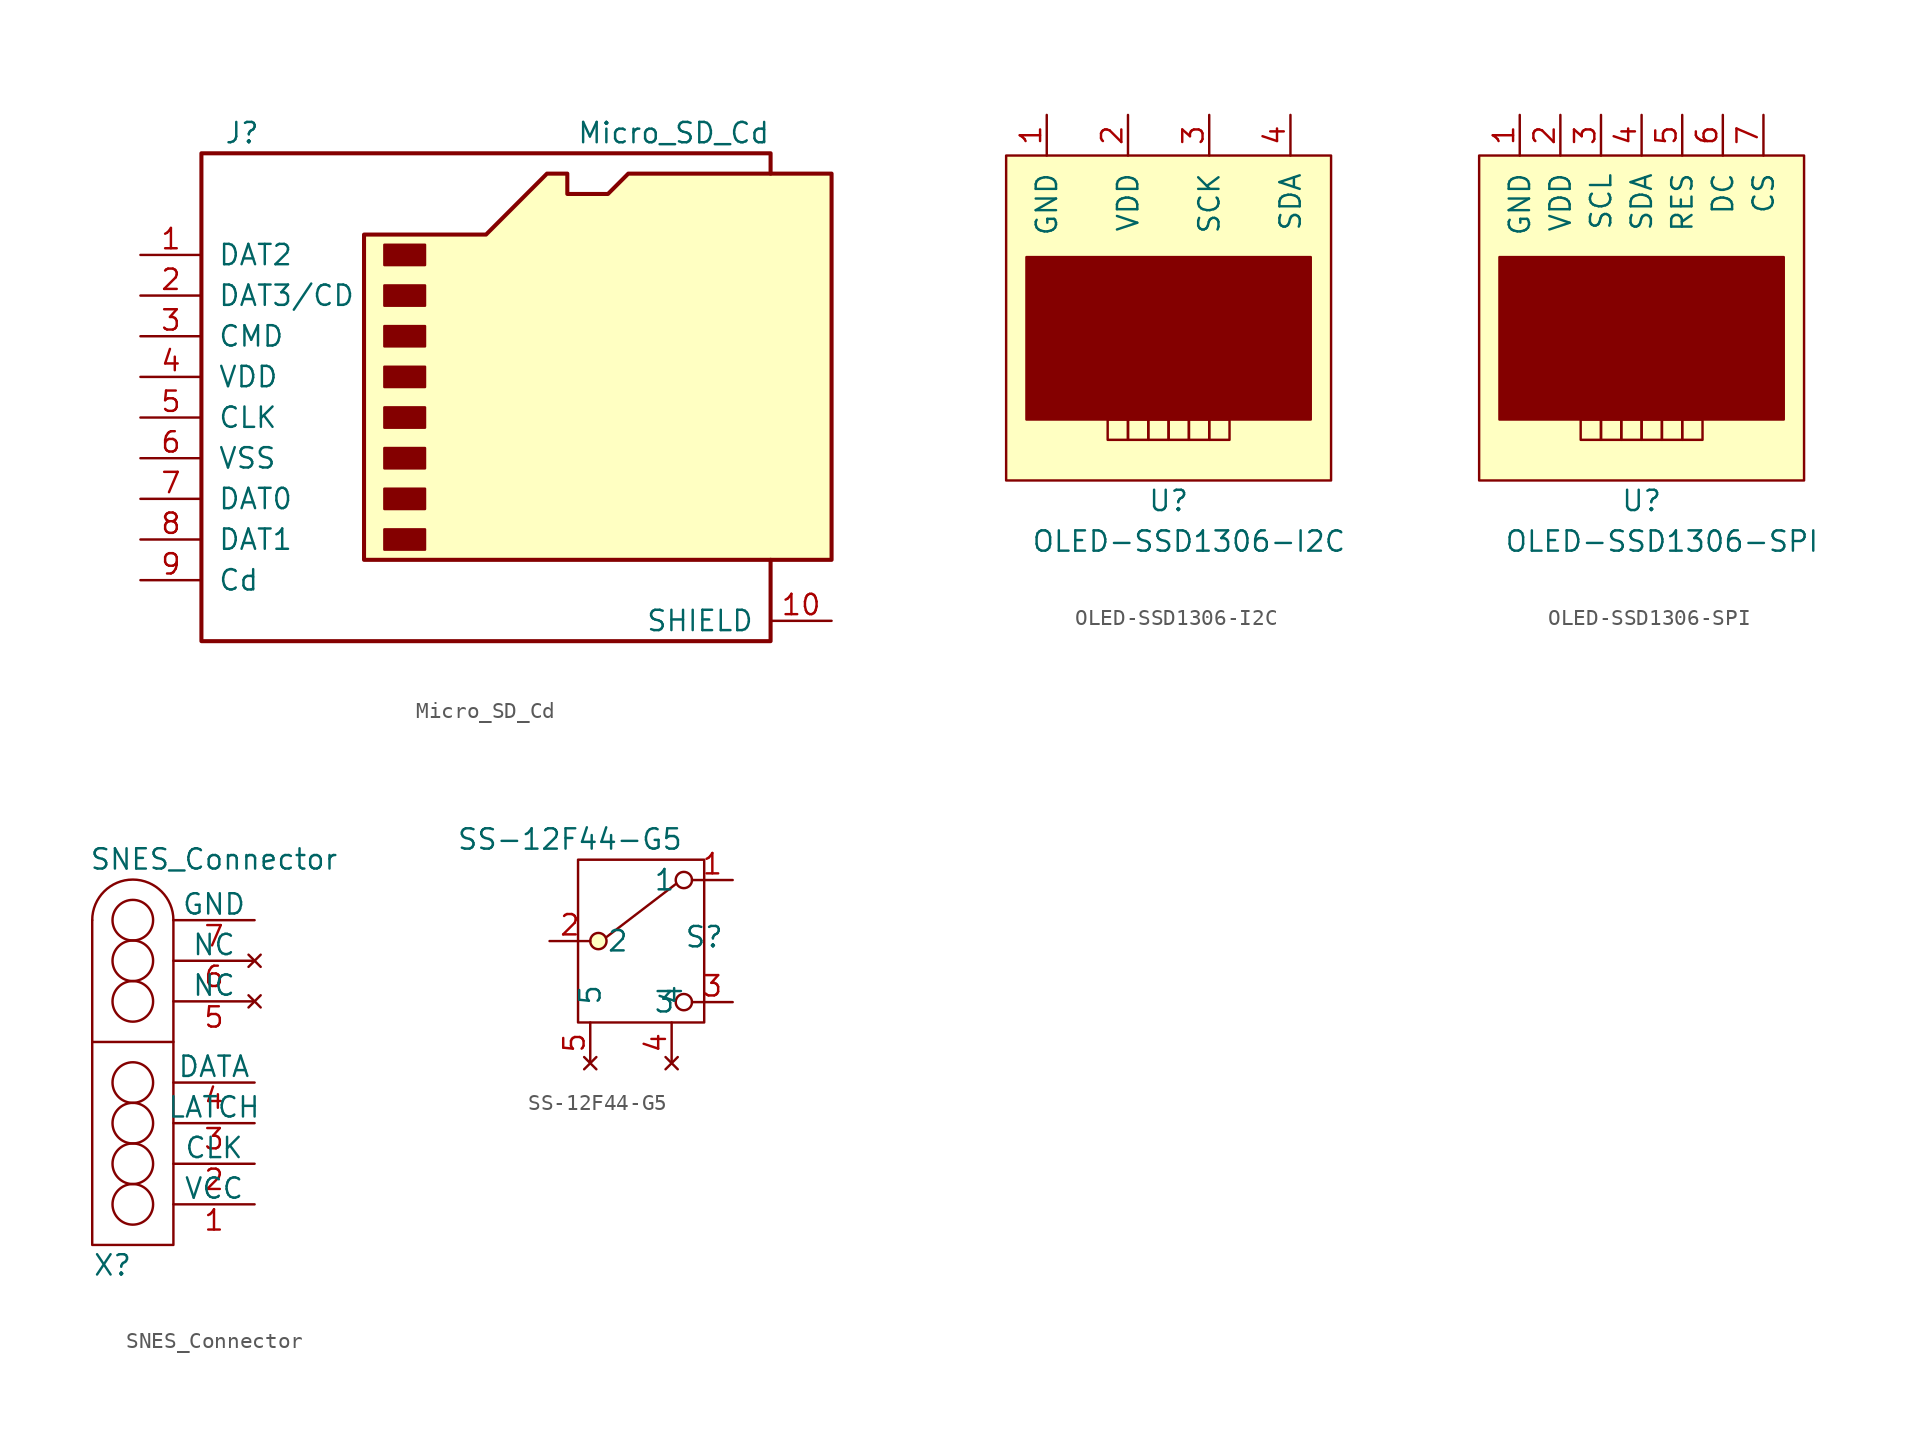
<source format=kicad_sym>
(kicad_symbol_lib
  (version 20211014)
  (generator kicad_symbol_editor)
  (symbol "Micro_SD_Cd"
    (pin_names
      (offset 1.016))
    (property "Reference" "J"
      (at -16.51 17.78 0)
      (effects (font (size 1.27 1.27))))
    (property "Value" "Micro_SD_Cd"
      (at 16.51 17.78 0)
      (effects (font (size 1.27 1.27)) (justify right)))
    (symbol "Micro_SD_Cd_0_1"
      (rectangle (start -7.62 -6.985) (end -5.08 -8.255) (stroke (width 0) (type default) (color 0 0 0 0)) (fill (type outline)))
      (rectangle (start -7.62 -4.445) (end -5.08 -5.715) (stroke (width 0) (type default) (color 0 0 0 0)) (fill (type outline)))
      (rectangle (start -7.62 -1.905) (end -5.08 -3.175) (stroke (width 0) (type default) (color 0 0 0 0)) (fill (type outline)))
      (rectangle (start -7.62 0.635) (end -5.08 -0.635) (stroke (width 0) (type default) (color 0 0 0 0)) (fill (type outline)))
      (rectangle (start -7.62 3.175) (end -5.08 1.905) (stroke (width 0) (type default) (color 0 0 0 0)) (fill (type outline)))
      (rectangle (start -7.62 5.715) (end -5.08 4.445) (stroke (width 0) (type default) (color 0 0 0 0)) (fill (type outline)))
      (rectangle (start -7.62 8.255) (end -5.08 6.985) (stroke (width 0) (type default) (color 0 0 0 0)) (fill (type outline)))
      (rectangle (start -7.62 10.795) (end -5.08 9.525) (stroke (width 0) (type default) (color 0 0 0 0)) (fill (type outline)))
      (polyline (pts (xy 16.51 15.24) (xy 16.51 16.51) (xy -19.05 16.51) (xy -19.05 -13.97) (xy 16.51 -13.97) (xy 16.51 -8.89)) (stroke (width 0.254) (type default) (color 0 0 0 0)) (fill (type none)))
      (polyline (pts (xy -8.89 -8.89) (xy -8.89 11.43) (xy -1.27 11.43) (xy 2.54 15.24) (xy 3.81 15.24) (xy 3.81 13.97) (xy 6.35 13.97) (xy 7.62 15.24) (xy 20.32 15.24) (xy 20.32 -8.89) (xy -8.89 -8.89)) (stroke (width 0.254) (type default) (color 0 0 0 0)) (fill (type background))))
    (symbol "Micro_SD_Cd_1_1"
      (pin bidirectional line (at -22.86 10.16 0) (length 3.81) (name "DAT2" (effects (font (size 1.27 1.27)))) (number "1" (effects (font (size 1.27 1.27)))))
      (pin passive line (at 20.32 -12.7 180) (length 3.81) (name "SHIELD" (effects (font (size 1.27 1.27)))) (number "10" (effects (font (size 1.27 1.27)))))
      (pin bidirectional line (at -22.86 7.62 0) (length 3.81) (name "DAT3/CD" (effects (font (size 1.27 1.27)))) (number "2" (effects (font (size 1.27 1.27)))))
      (pin input line (at -22.86 5.08 0) (length 3.81) (name "CMD" (effects (font (size 1.27 1.27)))) (number "3" (effects (font (size 1.27 1.27)))))
      (pin power_in line (at -22.86 2.54 0) (length 3.81) (name "VDD" (effects (font (size 1.27 1.27)))) (number "4" (effects (font (size 1.27 1.27)))))
      (pin input line (at -22.86 0 0) (length 3.81) (name "CLK" (effects (font (size 1.27 1.27)))) (number "5" (effects (font (size 1.27 1.27)))))
      (pin power_in line (at -22.86 -2.54 0) (length 3.81) (name "VSS" (effects (font (size 1.27 1.27)))) (number "6" (effects (font (size 1.27 1.27)))))
      (pin bidirectional line (at -22.86 -5.08 0) (length 3.81) (name "DAT0" (effects (font (size 1.27 1.27)))) (number "7" (effects (font (size 1.27 1.27)))))
      (pin bidirectional line (at -22.86 -7.62 0) (length 3.81) (name "DAT1" (effects (font (size 1.27 1.27)))) (number "8" (effects (font (size 1.27 1.27)))))
      (pin passive line (at -22.86 -10.16 0) (length 3.81) (name "Cd" (effects (font (size 1.27 1.27)))) (number "9" (effects (font (size 1.27 1.27)))))))
  (symbol "OLED-SSD1306-I2C"
    (pin_names
      (offset 1.016))
    (property "Reference" "U"
      (at 0 -13.97 0)
      (effects (font (size 1.27 1.27))))
    (property "Value" "OLED-SSD1306-I2C"
      (at 1.27 -16.51 0)
      (effects (font (size 1.27 1.27))))
    (symbol "OLED-SSD1306-I2C_0_1"
      (rectangle (start -10.16 7.62) (end 10.16 -12.7) (stroke (width 0) (type default) (color 0 0 0 0)) (fill (type background)))
      (rectangle (start -8.89 1.27) (end 8.89 -8.89) (stroke (width 0) (type default) (color 0 0 0 0)) (fill (type outline)))
      (rectangle (start -3.81 -8.89) (end -2.54 -10.16) (stroke (width 0) (type default) (color 0 0 0 0)) (fill (type none)))
      (rectangle (start -2.54 -8.89) (end -1.27 -10.16) (stroke (width 0) (type default) (color 0 0 0 0)) (fill (type none)))
      (rectangle (start -1.27 -8.89) (end 0 -10.16) (stroke (width 0) (type default) (color 0 0 0 0)) (fill (type none)))
      (rectangle (start 0 -8.89) (end 1.27 -10.16) (stroke (width 0) (type default) (color 0 0 0 0)) (fill (type none)))
      (rectangle (start 1.27 -8.89) (end 2.54 -10.16) (stroke (width 0) (type default) (color 0 0 0 0)) (fill (type none)))
      (rectangle (start 2.54 -8.89) (end 3.81 -10.16) (stroke (width 0) (type default) (color 0 0 0 0)) (fill (type none))))
    (symbol "OLED-SSD1306-I2C_1_1"
      (pin power_in line (at -7.62 10.16 270) (length 2.54) (name "GND" (effects (font (size 1.27 1.27)))) (number "1" (effects (font (size 1.27 1.27)))))
      (pin power_in line (at -2.54 10.16 270) (length 2.54) (name "VDD" (effects (font (size 1.27 1.27)))) (number "2" (effects (font (size 1.27 1.27)))))
      (pin passive line (at 2.54 10.16 270) (length 2.54) (name "SCK" (effects (font (size 1.27 1.27)))) (number "3" (effects (font (size 1.27 1.27)))))
      (pin passive line (at 7.62 10.16 270) (length 2.54) (name "SDA" (effects (font (size 1.27 1.27)))) (number "4" (effects (font (size 1.27 1.27)))))))
  (symbol "OLED-SSD1306-SPI"
    (pin_names
      (offset 1.016))
    (property "Reference" "U"
      (at 0 -13.97 0)
      (effects (font (size 1.27 1.27))))
    (property "Value" "OLED-SSD1306-SPI"
      (at 1.27 -16.51 0)
      (effects (font (size 1.27 1.27))))
    (symbol "OLED-SSD1306-SPI_0_1"
      (rectangle (start -10.16 7.62) (end 10.16 -12.7) (stroke (width 0) (type default) (color 0 0 0 0)) (fill (type background)))
      (rectangle (start -8.89 1.27) (end 8.89 -8.89) (stroke (width 0) (type default) (color 0 0 0 0)) (fill (type outline)))
      (rectangle (start -3.81 -8.89) (end -2.54 -10.16) (stroke (width 0) (type default) (color 0 0 0 0)) (fill (type none)))
      (rectangle (start -2.54 -8.89) (end -1.27 -10.16) (stroke (width 0) (type default) (color 0 0 0 0)) (fill (type none)))
      (rectangle (start -1.27 -8.89) (end 0 -10.16) (stroke (width 0) (type default) (color 0 0 0 0)) (fill (type none)))
      (rectangle (start 0 -8.89) (end 1.27 -10.16) (stroke (width 0) (type default) (color 0 0 0 0)) (fill (type none)))
      (rectangle (start 1.27 -8.89) (end 2.54 -10.16) (stroke (width 0) (type default) (color 0 0 0 0)) (fill (type none)))
      (rectangle (start 2.54 -8.89) (end 3.81 -10.16) (stroke (width 0) (type default) (color 0 0 0 0)) (fill (type none))))
    (symbol "OLED-SSD1306-SPI_1_1"
      (pin power_in line (at -7.62 10.16 270) (length 2.54) (name "GND" (effects (font (size 1.27 1.27)))) (number "1" (effects (font (size 1.27 1.27)))))
      (pin power_in line (at -5.08 10.16 270) (length 2.54) (name "VDD" (effects (font (size 1.27 1.27)))) (number "2" (effects (font (size 1.27 1.27)))))
      (pin passive line (at -2.54 10.16 270) (length 2.54) (name "SCL" (effects (font (size 1.27 1.27)))) (number "3" (effects (font (size 1.27 1.27)))))
      (pin passive line (at 0 10.16 270) (length 2.54) (name "SDA" (effects (font (size 1.27 1.27)))) (number "4" (effects (font (size 1.27 1.27)))))
      (pin passive line (at 2.54 10.16 270) (length 2.54) (name "RES" (effects (font (size 1.27 1.27)))) (number "5" (effects (font (size 1.27 1.27)))))
      (pin passive line (at 5.08 10.16 270) (length 2.54) (name "DC" (effects (font (size 1.27 1.27)))) (number "6" (effects (font (size 1.27 1.27)))))
      (pin passive line (at 7.62 10.16 270) (length 2.54) (name "CS" (effects (font (size 1.27 1.27)))) (number "7" (effects (font (size 1.27 1.27)))))))
  (symbol "SNES_Connector"
    (pin_names
      (offset 0))
    (property "Reference" "X"
      (at -8.89 -13.97 0)
      (effects (font (size 1.27 1.27))))
    (property "Value" "SNES_Connector"
      (at -2.54 11.43 0)
      (effects (font (size 1.27 1.27))))
    (symbol "SNES_Connector_0_1"
      (circle (center -7.62 -10.16) (radius 1.27) (stroke (width 0) (type default) (color 0 0 0 0)) (fill (type none)))
      (circle (center -7.62 -7.62) (radius 1.27) (stroke (width 0) (type default) (color 0 0 0 0)) (fill (type none)))
      (circle (center -7.62 -5.08) (radius 1.27) (stroke (width 0) (type default) (color 0 0 0 0)) (fill (type none)))
      (circle (center -7.62 -2.54) (radius 1.27) (stroke (width 0) (type default) (color 0 0 0 0)) (fill (type none)))
      (circle (center -7.62 2.54) (radius 1.27) (stroke (width 0) (type default) (color 0 0 0 0)) (fill (type none)))
      (circle (center -7.62 5.08) (radius 1.27) (stroke (width 0) (type default) (color 0 0 0 0)) (fill (type none)))
      (circle (center -7.62 7.62) (radius 1.27) (stroke (width 0) (type default) (color 0 0 0 0)) (fill (type none)))
      (arc (start -5.08 7.62) (mid -7.62 10.16) (end -10.16 7.62) (stroke (width 0) (type default) (color 0 0 0 0)) (fill (type none)))
      (polyline (pts (xy -10.16 0) (xy -5.08 0)) (stroke (width 0) (type default) (color 0 0 0 0)) (fill (type none)))
      (polyline (pts (xy -10.16 7.62) (xy -10.16 -12.7) (xy -5.08 -12.7) (xy -5.08 7.62)) (stroke (width 0) (type default) (color 0 0 0 0)) (fill (type none))))
    (symbol "SNES_Connector_1_1"
      (pin power_in line (at 0 -10.16 180) (length 5.08) (name "VCC" (effects (font (size 1.27 1.27)))) (number "1" (effects (font (size 1.27 1.27)))))
      (pin input line (at 0 -7.62 180) (length 5.08) (name "CLK" (effects (font (size 1.27 1.27)))) (number "2" (effects (font (size 1.27 1.27)))))
      (pin input line (at 0 -5.08 180) (length 5.08) (name "LATCH" (effects (font (size 1.27 1.27)))) (number "3" (effects (font (size 1.27 1.27)))))
      (pin output line (at 0 -2.54 180) (length 5.08) (name "DATA" (effects (font (size 1.27 1.27)))) (number "4" (effects (font (size 1.27 1.27)))))
      (pin no_connect line (at 0 2.54 180) (length 5.08) (name "NC" (effects (font (size 1.27 1.27)))) (number "5" (effects (font (size 1.27 1.27)))))
      (pin no_connect line (at 0 5.08 180) (length 5.08) (name "NC" (effects (font (size 1.27 1.27)))) (number "6" (effects (font (size 1.27 1.27)))))
      (pin power_in line (at 0 7.62 180) (length 5.08) (name "GND" (effects (font (size 1.27 1.27)))) (number "7" (effects (font (size 1.27 1.27)))))))
  (symbol "SS-12F44-G5"
    (pin_names
      (offset 1.016))
    (property "Reference" "S"
      (at 2.032 0.254 0)
      (effects (font (size 1.27 1.27))))
    (property "Value" "SS-12F44-G5"
      (at -6.35 6.35 0)
      (effects (font (size 1.27 1.27))))
    (symbol "SS-12F44-G5_0_1"
      (rectangle (start -5.842 -5.08) (end 2.032 5.08) (stroke (width 0) (type default) (color 0 0 0 0)) (fill (type none)))
      (circle (center -4.572 0) (radius 0.508) (stroke (width 0) (type default) (color 0 0 0 0)) (fill (type background)))
      (polyline (pts (xy -4.064 0.254) (xy 0.254 3.556)) (stroke (width 0) (type default) (color 0 0 0 0)) (fill (type none)))
      (circle (center 0.762 -3.81) (radius 0.508) (stroke (width 0) (type default) (color 0 0 0 0)) (fill (type none)))
      (circle (center 0.762 3.81) (radius 0.508) (stroke (width 0) (type default) (color 0 0 0 0)) (fill (type none))))
    (symbol "SS-12F44-G5_1_1"
      (pin passive line (at 3.81 3.81 180) (length 2.54) (name "1" (effects (font (size 1.27 1.27)))) (number "1" (effects (font (size 1.27 1.27)))))
      (pin passive line (at -7.62 0 0) (length 2.54) (name "2" (effects (font (size 1.27 1.27)))) (number "2" (effects (font (size 1.27 1.27)))))
      (pin passive line (at 3.81 -3.81 180) (length 2.54) (name "3" (effects (font (size 1.27 1.27)))) (number "3" (effects (font (size 1.27 1.27)))))
      (pin no_connect line (at 0 -7.62 90) (length 2.54) (name "4" (effects (font (size 1.27 1.27)))) (number "4" (effects (font (size 1.27 1.27)))))
      (pin no_connect line (at -5.08 -7.62 90) (length 2.54) (name "5" (effects (font (size 1.27 1.27)))) (number "5" (effects (font (size 1.27 1.27))))))))
</source>
